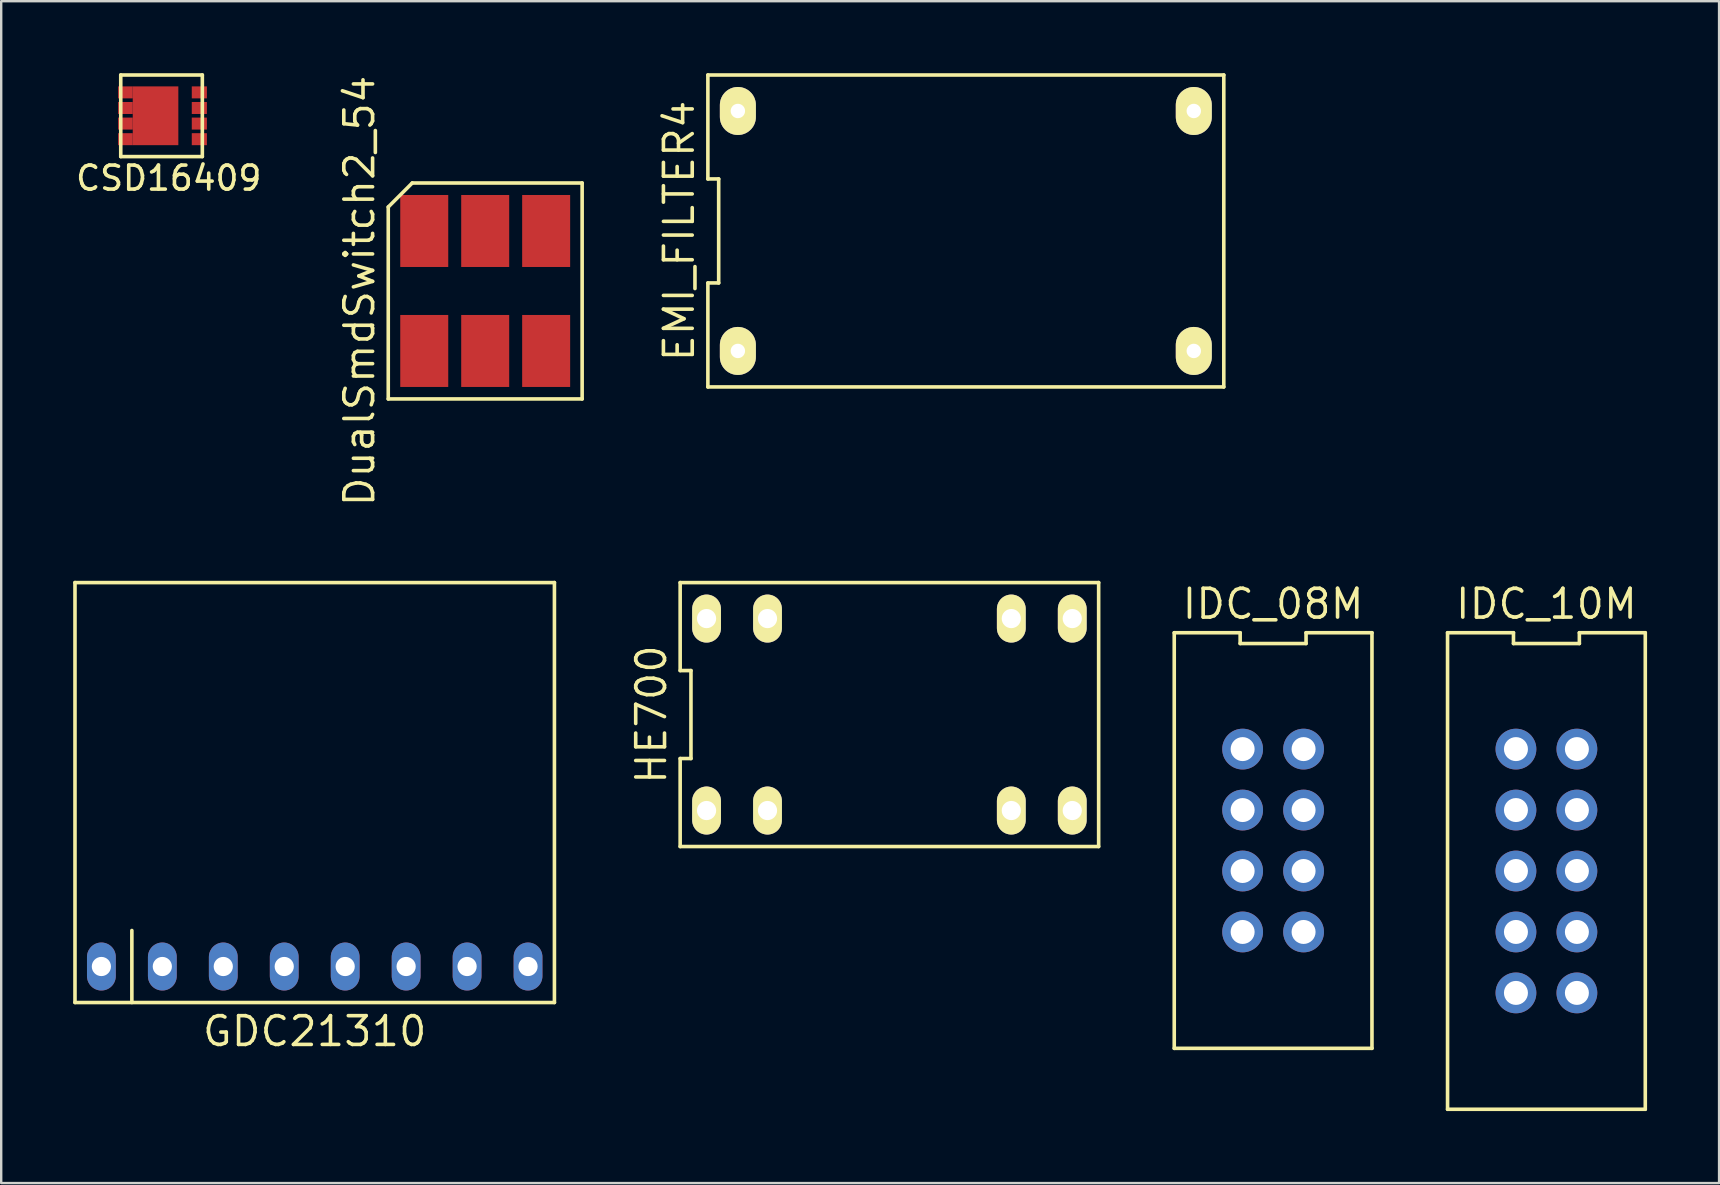
<source format=kicad_pcb>
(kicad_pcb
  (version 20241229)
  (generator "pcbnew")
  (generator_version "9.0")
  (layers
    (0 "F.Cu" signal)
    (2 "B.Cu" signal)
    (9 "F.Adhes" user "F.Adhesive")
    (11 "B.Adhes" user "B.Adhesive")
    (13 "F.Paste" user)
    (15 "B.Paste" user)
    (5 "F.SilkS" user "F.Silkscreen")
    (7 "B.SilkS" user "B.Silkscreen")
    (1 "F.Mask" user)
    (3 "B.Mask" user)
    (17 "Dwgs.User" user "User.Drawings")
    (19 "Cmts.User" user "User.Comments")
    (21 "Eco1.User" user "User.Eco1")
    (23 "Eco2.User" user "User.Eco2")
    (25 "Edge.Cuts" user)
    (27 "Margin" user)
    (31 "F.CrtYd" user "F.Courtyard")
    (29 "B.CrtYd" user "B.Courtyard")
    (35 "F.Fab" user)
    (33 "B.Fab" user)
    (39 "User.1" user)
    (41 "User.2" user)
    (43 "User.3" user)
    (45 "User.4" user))
  (footprint "EMI_FILTER4"
    (layer "F.Cu")
    (at 37.2 6.575)
    (property "Reference" "EMI_FILTER4" (at -11.95 0 90) (layer "F.SilkS") (effects (font (size 1.2 1.2) (thickness 0.15))))
    (attr through_hole)
    (fp_line (start -10.75 -6.5) (end -10.75 -2.167) (stroke (width 0.15) (type solid)) (layer "F.SilkS"))
    (fp_line (start -10.75 -2.167) (end -10.3 -2.167) (stroke (width 0.15) (type solid)) (layer "F.SilkS"))
    (fp_line (start -10.75 2.167) (end -10.75 6.5) (stroke (width 0.15) (type solid)) (layer "F.SilkS"))
    (fp_line (start -10.75 6.5) (end 10.75 6.5) (stroke (width 0.15) (type solid)) (layer "F.SilkS"))
    (fp_line (start -10.3 -2.167) (end -10.3 2.167) (stroke (width 0.15) (type solid)) (layer "F.SilkS"))
    (fp_line (start -10.3 2.167) (end -10.75 2.167) (stroke (width 0.15) (type solid)) (layer "F.SilkS"))
    (fp_line (start 10.75 -6.5) (end -10.75 -6.5) (stroke (width 0.15) (type solid)) (layer "F.SilkS"))
    (fp_line (start 10.75 6.5) (end 10.75 -6.5) (stroke (width 0.15) (type solid)) (layer "F.SilkS"))
    (pad "1" thru_hole oval (at -9.5 5) (size 1.5 2) (drill 0.6) (layers "*.Cu" "*.Mask" "F.SilkS"))
    (pad "2" thru_hole oval (at 9.5 5) (size 1.5 2) (drill 0.6) (layers "*.Cu" "*.Mask" "F.SilkS"))
    (pad "3" thru_hole oval (at 9.5 -5) (size 1.5 2) (drill 0.6) (layers "*.Cu" "*.Mask" "F.SilkS"))
    (pad "4" thru_hole oval (at -9.5 -5) (size 1.5 2) (drill 0.6) (layers "*.Cu" "*.Mask" "F.SilkS")))
  (footprint "DualSmdSwitch2_54"
    (layer "F.Cu")
    (at 17.17 9.076)
    (property "Reference" "DualSmdSwitch2_54" (at -5.24 0 90) (layer "F.SilkS") (effects (font (size 1.2 1.2) (thickness 0.15))))
    (attr through_hole)
    (fp_line (start -4.04 -3.5) (end -4.04 4.5) (stroke (width 0.15) (type solid)) (layer "F.SilkS"))
    (fp_line (start -4.04 4.5) (end 4.04 4.5) (stroke (width 0.15) (type solid)) (layer "F.SilkS"))
    (fp_line (start -3.04 -4.5) (end -4.04 -3.5) (stroke (width 0.15) (type solid)) (layer "F.SilkS"))
    (fp_line (start 4.04 -4.5) (end -3.04 -4.5) (stroke (width 0.15) (type solid)) (layer "F.SilkS"))
    (fp_line (start 4.04 4.5) (end 4.04 -4.5) (stroke (width 0.15) (type solid)) (layer "F.SilkS"))
    (pad "1" smd rect (at -2.54 2.5) (size 2 3) (layers "F.Cu" "F.Mask" "F.Paste"))
    (pad "2" smd rect (at 0 2.5) (size 2 3) (layers "F.Cu" "F.Mask" "F.Paste"))
    (pad "3" smd rect (at 2.54 2.5) (size 2 3) (layers "F.Cu" "F.Mask" "F.Paste"))
    (pad "4" smd rect (at -2.54 -2.5) (size 2 3) (layers "F.Cu" "F.Mask" "F.Paste"))
    (pad "5" smd rect (at 0 -2.5) (size 2 3) (layers "F.Cu" "F.Mask" "F.Paste"))
    (pad "6" smd rect (at 2.54 -2.5) (size 2 3) (layers "F.Cu" "F.Mask" "F.Paste")))
  (footprint "CSD16409"
    (layer "F.Cu")
    (at 4.382 1.775)
    (property "Reference" "CSD16409" (at -0.4 2.6 0) (layer "F.SilkS") (effects (font (size 1 1) (thickness 0.15))))
    (attr through_hole)
    (fp_line (start -2.4 -1.7) (end -2.4 1.7) (stroke (width 0.15) (type solid)) (layer "F.SilkS"))
    (fp_line (start -2.4 1.7) (end 1 1.7) (stroke (width 0.15) (type solid)) (layer "F.SilkS"))
    (fp_line (start 1 -1.7) (end -2.4 -1.7) (stroke (width 0.15) (type solid)) (layer "F.SilkS"))
    (fp_line (start 1 1.7) (end 1 -1.7) (stroke (width 0.15) (type solid)) (layer "F.SilkS"))
    (pad "1" smd rect (at -2.205 -0.975) (size 0.61 0.5) (layers "F.Cu" "F.Mask" "F.Paste"))
    (pad "1" smd rect (at -2.205 -0.325) (size 0.61 0.5) (layers "F.Cu" "F.Mask" "F.Paste"))
    (pad "1" smd rect (at -2.205 0.325) (size 0.61 0.5) (layers "F.Cu" "F.Mask" "F.Paste"))
    (pad "1" smd rect (at -2.205 0.975) (size 0.61 0.5) (layers "F.Cu" "F.Mask" "F.Paste"))
    (pad "1" smd rect (at -0.95 0) (size 1.9 2.45) (layers "F.Cu" "F.Mask" "F.Paste"))
    (pad "2" smd rect (at 0.875 -0.975) (size 0.63 0.5) (layers "F.Cu" "F.Mask" "F.Paste"))
    (pad "3" smd rect (at 0.875 -0.325) (size 0.63 0.5) (layers "F.Cu" "F.Mask" "F.Paste"))
    (pad "3" smd rect (at 0.875 0.325) (size 0.63 0.5) (layers "F.Cu" "F.Mask" "F.Paste"))
    (pad "3" smd rect (at 0.875 0.975) (size 0.63 0.5) (layers "F.Cu" "F.Mask" "F.Paste")))
  (footprint "IDC_10M"
    (layer "F.Cu")
    (at 60.125 28.168)
    (property "Reference" "IDC_10M" (at 1.27 -6.05 0) (layer "F.SilkS") (effects (font (size 1.2 1.2) (thickness 0.15))))
    (attr through_hole)
    (fp_line (start -2.85 15.01) (end 5.39 15.01) (stroke (width 0.15) (type solid)) (layer "F.SilkS"))
    (fp_line (start -2.85 -4.85) (end -2.85 15.01) (stroke (width 0.15) (type solid)) (layer "F.SilkS"))
    (fp_line (start -0.103 -4.85) (end -2.85 -4.85) (stroke (width 0.15) (type solid)) (layer "F.SilkS"))
    (fp_line (start -0.103 -4.4) (end -0.103 -4.85) (stroke (width 0.15) (type solid)) (layer "F.SilkS"))
    (fp_line (start 2.643 -4.85) (end 2.643 -4.4) (stroke (width 0.15) (type solid)) (layer "F.SilkS"))
    (fp_line (start 2.643 -4.4) (end -0.103 -4.4) (stroke (width 0.15) (type solid)) (layer "F.SilkS"))
    (fp_line (start 5.39 15.01) (end 5.39 -4.85) (stroke (width 0.15) (type solid)) (layer "F.SilkS"))
    (fp_line (start 5.39 -4.85) (end 2.643 -4.85) (stroke (width 0.15) (type solid)) (layer "F.SilkS"))
    (pad "1" thru_hole circle (at 0 0 270) (size 1.7 1.7) (drill 1) (layers "*.Cu" "*.Mask"))
    (pad "2" thru_hole circle (at 2.54 0 270) (size 1.7 1.7) (drill 1) (layers "*.Cu" "*.Mask"))
    (pad "3" thru_hole circle (at 0 2.54 270) (size 1.7 1.7) (drill 1) (layers "*.Cu" "*.Mask"))
    (pad "4" thru_hole circle (at 2.54 2.54 270) (size 1.7 1.7) (drill 1) (layers "*.Cu" "*.Mask"))
    (pad "5" thru_hole circle (at 0 5.08 270) (size 1.7 1.7) (drill 1) (layers "*.Cu" "*.Mask"))
    (pad "6" thru_hole circle (at 2.54 5.08 270) (size 1.7 1.7) (drill 1) (layers "*.Cu" "*.Mask"))
    (pad "7" thru_hole circle (at 0 7.62 270) (size 1.7 1.7) (drill 1) (layers "*.Cu" "*.Mask"))
    (pad "8" thru_hole circle (at 2.54 7.62 270) (size 1.7 1.7) (drill 1) (layers "*.Cu" "*.Mask"))
    (pad "9" thru_hole circle (at 0 10.16 270) (size 1.7 1.7) (drill 1) (layers "*.Cu" "*.Mask"))
    (pad "10" thru_hole circle (at 2.54 10.16 270) (size 1.7 1.7) (drill 1) (layers "*.Cu" "*.Mask")))
  (footprint "IDC_08M"
    (layer "F.Cu")
    (at 48.735 28.168)
    (property "Reference" "IDC_08M" (at 1.27 -6.05 0) (layer "F.SilkS") (effects (font (size 1.2 1.2) (thickness 0.15))))
    (attr through_hole)
    (fp_line (start -2.85 12.47) (end 5.39 12.47) (stroke (width 0.15) (type solid)) (layer "F.SilkS"))
    (fp_line (start -2.85 -4.85) (end -2.85 12.47) (stroke (width 0.15) (type solid)) (layer "F.SilkS"))
    (fp_line (start -0.103 -4.85) (end -2.85 -4.85) (stroke (width 0.15) (type solid)) (layer "F.SilkS"))
    (fp_line (start -0.103 -4.4) (end -0.103 -4.85) (stroke (width 0.15) (type solid)) (layer "F.SilkS"))
    (fp_line (start 2.643 -4.85) (end 2.643 -4.4) (stroke (width 0.15) (type solid)) (layer "F.SilkS"))
    (fp_line (start 2.643 -4.4) (end -0.103 -4.4) (stroke (width 0.15) (type solid)) (layer "F.SilkS"))
    (fp_line (start 5.39 12.47) (end 5.39 -4.85) (stroke (width 0.15) (type solid)) (layer "F.SilkS"))
    (fp_line (start 5.39 -4.85) (end 2.643 -4.85) (stroke (width 0.15) (type solid)) (layer "F.SilkS"))
    (pad "1" thru_hole circle (at 0 0 270) (size 1.7 1.7) (drill 1) (layers "*.Cu" "*.Mask"))
    (pad "2" thru_hole circle (at 2.54 0 270) (size 1.7 1.7) (drill 1) (layers "*.Cu" "*.Mask"))
    (pad "3" thru_hole circle (at 0 2.54 270) (size 1.7 1.7) (drill 1) (layers "*.Cu" "*.Mask"))
    (pad "4" thru_hole circle (at 2.54 2.54 270) (size 1.7 1.7) (drill 1) (layers "*.Cu" "*.Mask"))
    (pad "5" thru_hole circle (at 0 5.08 270) (size 1.7 1.7) (drill 1) (layers "*.Cu" "*.Mask"))
    (pad "6" thru_hole circle (at 2.54 5.08 270) (size 1.7 1.7) (drill 1) (layers "*.Cu" "*.Mask"))
    (pad "7" thru_hole circle (at 0 7.62 270) (size 1.7 1.7) (drill 1) (layers "*.Cu" "*.Mask"))
    (pad "8" thru_hole circle (at 2.54 7.62 270) (size 1.7 1.7) (drill 1) (layers "*.Cu" "*.Mask")))
  (footprint "GDC21310"
    (layer "F.Cu")
    (at 10.065 37.228)
    (property "Reference" "GDC21310" (at 0 2.7 0) (layer "F.SilkS") (effects (font (size 1.2 1.2) (thickness 0.15))))
    (attr through_hole)
    (fp_line (start -9.99 -16) (end 9.99 -16) (stroke (width 0.15) (type solid)) (layer "F.SilkS"))
    (fp_line (start -9.99 1.5) (end -9.99 -16) (stroke (width 0.15) (type solid)) (layer "F.SilkS"))
    (fp_line (start -7.62 -1.5) (end -7.62 1.5) (stroke (width 0.15) (type solid)) (layer "F.SilkS"))
    (fp_line (start 9.99 -16) (end 9.99 1.5) (stroke (width 0.15) (type solid)) (layer "F.SilkS"))
    (fp_line (start 9.99 1.5) (end -9.99 1.5) (stroke (width 0.15) (type solid)) (layer "F.SilkS"))
    (pad "1" thru_hole oval (at -8.89 0) (size 1.2 2) (drill 0.8) (layers "*.Cu" "*.Mask"))
    (pad "2" thru_hole oval (at -6.35 0) (size 1.2 2) (drill 0.8) (layers "*.Cu" "*.Mask"))
    (pad "3" thru_hole oval (at -3.81 0) (size 1.2 2) (drill 0.8) (layers "*.Cu" "*.Mask"))
    (pad "4" thru_hole oval (at -1.27 0) (size 1.2 2) (drill 0.8) (layers "*.Cu" "*.Mask"))
    (pad "5" thru_hole oval (at 1.27 0) (size 1.2 2) (drill 0.8) (layers "*.Cu" "*.Mask"))
    (pad "6" thru_hole oval (at 3.81 0) (size 1.2 2) (drill 0.8) (layers "*.Cu" "*.Mask"))
    (pad "7" thru_hole oval (at 6.35 0) (size 1.2 2) (drill 0.8) (layers "*.Cu" "*.Mask"))
    (pad "8" thru_hole oval (at 8.89 0) (size 1.2 2) (drill 0.8) (layers "*.Cu" "*.Mask")))
  (footprint "HE700"
    (layer "F.Cu")
    (at 34.015 26.728)
    (property "Reference" "HE700" (at -9.92 0 90) (layer "F.SilkS") (effects (font (size 1.2 1.2) (thickness 0.15))))
    (attr through_hole)
    (fp_line (start -8.72 -5.5) (end -8.72 -1.833) (stroke (width 0.15) (type solid)) (layer "F.SilkS"))
    (fp_line (start -8.72 -1.833) (end -8.27 -1.833) (stroke (width 0.15) (type solid)) (layer "F.SilkS"))
    (fp_line (start -8.72 1.833) (end -8.72 5.5) (stroke (width 0.15) (type solid)) (layer "F.SilkS"))
    (fp_line (start -8.72 5.5) (end 8.72 5.5) (stroke (width 0.15) (type solid)) (layer "F.SilkS"))
    (fp_line (start -8.27 -1.833) (end -8.27 1.833) (stroke (width 0.15) (type solid)) (layer "F.SilkS"))
    (fp_line (start -8.27 1.833) (end -8.72 1.833) (stroke (width 0.15) (type solid)) (layer "F.SilkS"))
    (fp_line (start 8.72 -5.5) (end -8.72 -5.5) (stroke (width 0.15) (type solid)) (layer "F.SilkS"))
    (fp_line (start 8.72 5.5) (end 8.72 -5.5) (stroke (width 0.15) (type solid)) (layer "F.SilkS"))
    (pad "1" thru_hole oval (at -7.62 4) (size 1.2 2) (drill 0.8) (layers "*.Cu" "*.Mask" "F.SilkS"))
    (pad "2" thru_hole oval (at -5.08 4) (size 1.2 2) (drill 0.8) (layers "*.Cu" "*.Mask" "F.SilkS"))
    (pad "6" thru_hole oval (at 5.08 4) (size 1.2 2) (drill 0.8) (layers "*.Cu" "*.Mask" "F.SilkS"))
    (pad "7" thru_hole oval (at 7.62 4) (size 1.2 2) (drill 0.8) (layers "*.Cu" "*.Mask" "F.SilkS"))
    (pad "8" thru_hole oval (at 7.62 -4) (size 1.2 2) (drill 0.8) (layers "*.Cu" "*.Mask" "F.SilkS"))
    (pad "9" thru_hole oval (at 5.08 -4) (size 1.2 2) (drill 0.8) (layers "*.Cu" "*.Mask" "F.SilkS"))
    (pad "13" thru_hole oval (at -5.08 -4) (size 1.2 2) (drill 0.8) (layers "*.Cu" "*.Mask" "F.SilkS"))
    (pad "14" thru_hole oval (at -7.62 -4) (size 1.2 2) (drill 0.8) (layers "*.Cu" "*.Mask" "F.SilkS")))
  (gr_rect
    (start -3 -3)
    (end 68.59 46.253)
    (stroke (width 0.1) (type default))
    (fill no)
    (layer "Edge.Cuts")))
</source>
